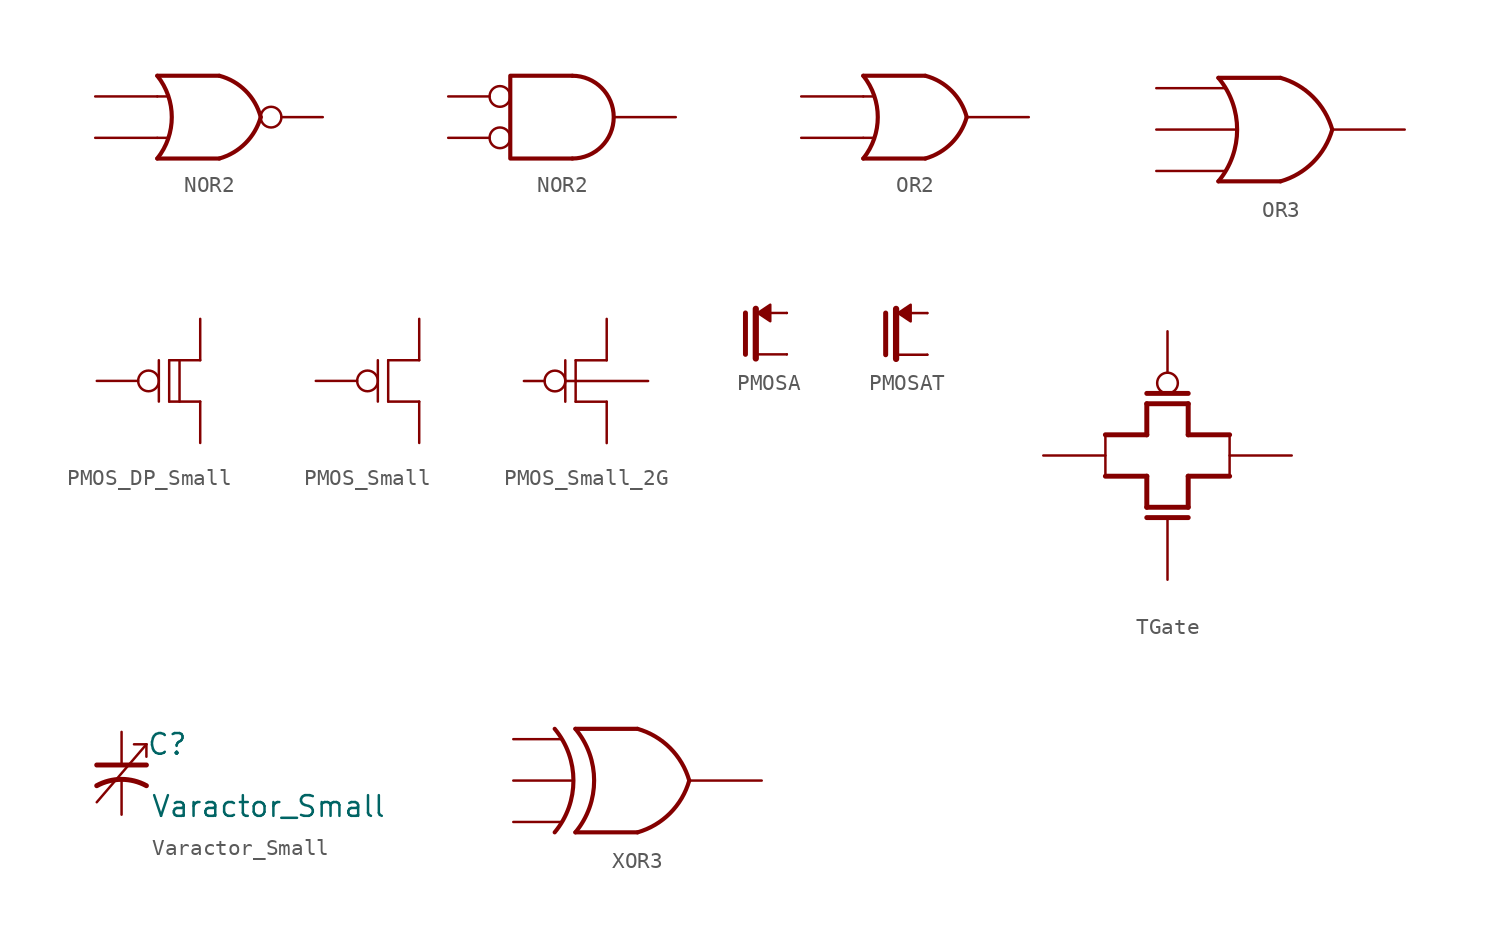
<source format=kicad_sym>
(kicad_symbol_lib
  (version 20211014)
  (generator kicad_symbol_editor)
  (symbol "NOR2"
    (pin_numbers hide)
    (pin_names
      (offset 1.016) hide)
    (property "Reference" "U"
      (at -2.54 3.81 0)
      (effects (font (size 1.27 1.27)) hide))
    (symbol "NOR2_0_1"
      (arc (start -3.81 -2.54) (mid -2.919 0) (end -3.81 2.54) (stroke (width 0.254) (type default) (color 0 0 0 0)) (fill (type none)))
      (arc (start 0 -2.54) (mid 1.5993 -1.6027) (end 2.54 0) (stroke (width 0.254) (type default) (color 0 0 0 0)) (fill (type none)))
      (polyline (pts (xy -3.81 -1.27) (xy -3.175 -1.27)) (stroke (width 0) (type default) (color 0 0 0 0)) (fill (type none)))
      (polyline (pts (xy -3.81 1.27) (xy -3.175 1.27)) (stroke (width 0) (type default) (color 0 0 0 0)) (fill (type none)))
      (polyline (pts (xy 0 -2.54) (xy -3.81 -2.54)) (stroke (width 0.254) (type default) (color 0 0 0 0)) (fill (type background)))
      (polyline (pts (xy 0 2.54) (xy -3.81 2.54)) (stroke (width 0.254) (type default) (color 0 0 0 0)) (fill (type background)))
      (arc (start 2.54 0) (mid 1.6119 1.6152) (end 0 2.54) (stroke (width 0.254) (type default) (color 0 0 0 0)) (fill (type none))))
    (symbol "NOR2_1_1"
      (pin input line (at -7.62 1.27 0) (length 3.81) (name "~" (effects (font (size 1.016 1.016)))) (number "1" (effects (font (size 1.016 1.016)))))
      (pin input line (at -7.62 -1.27 0) (length 3.81) (name "~" (effects (font (size 1.016 1.016)))) (number "2" (effects (font (size 1.016 1.016)))))
      (pin output inverted (at 6.35 0 180) (length 3.81) (name "~" (effects (font (size 1.016 1.016)))) (number "4" (effects (font (size 1.016 1.016))))))
    (symbol "NOR2_1_2"
      (arc (start 0 -2.54) (mid 2.54 0) (end 0 2.54) (stroke (width 0.254) (type default) (color 0 0 0 0)) (fill (type none)))
      (polyline (pts (xy 0 -2.54) (xy -3.81 -2.54) (xy -3.81 2.54) (xy 0 2.54)) (stroke (width 0.254) (type default) (color 0 0 0 0)) (fill (type none)))
      (pin input inverted (at -7.62 1.27 0) (length 3.81) (name "~" (effects (font (size 1.016 1.016)))) (number "1" (effects (font (size 1.016 1.016)))))
      (pin input inverted (at -7.62 -1.27 0) (length 3.81) (name "~" (effects (font (size 1.016 1.016)))) (number "2" (effects (font (size 1.016 1.016)))))
      (pin output line (at 6.35 0 180) (length 3.81) (name "~" (effects (font (size 1.016 1.016)))) (number "4" (effects (font (size 1.016 1.016)))))))
  (symbol "OR2"
    (pin_numbers hide)
    (pin_names
      (offset 1.016) hide)
    (property "Reference" "U"
      (at -2.54 3.81 0)
      (effects (font (size 1.27 1.27)) hide))
    (symbol "OR2_0_1"
      (arc (start -3.81 -2.54) (mid -2.919 0) (end -3.81 2.54) (stroke (width 0.254) (type default) (color 0 0 0 0)) (fill (type none)))
      (arc (start 0 -2.54) (mid 1.5993 -1.6027) (end 2.54 0) (stroke (width 0.254) (type default) (color 0 0 0 0)) (fill (type none)))
      (polyline (pts (xy -3.81 -1.27) (xy -3.175 -1.27)) (stroke (width 0) (type default) (color 0 0 0 0)) (fill (type none)))
      (polyline (pts (xy -3.81 1.27) (xy -3.175 1.27)) (stroke (width 0) (type default) (color 0 0 0 0)) (fill (type none)))
      (polyline (pts (xy 0 -2.54) (xy -3.81 -2.54)) (stroke (width 0.254) (type default) (color 0 0 0 0)) (fill (type background)))
      (polyline (pts (xy 0 2.54) (xy -3.81 2.54)) (stroke (width 0.254) (type default) (color 0 0 0 0)) (fill (type background)))
      (arc (start 2.54 0) (mid 1.6119 1.6152) (end 0 2.54) (stroke (width 0.254) (type default) (color 0 0 0 0)) (fill (type none))))
    (symbol "OR2_1_1"
      (pin input line (at -7.62 1.27 0) (length 3.81) (name "~" (effects (font (size 1.016 1.016)))) (number "1" (effects (font (size 1.016 1.016)))))
      (pin input line (at -7.62 -1.27 0) (length 3.81) (name "~" (effects (font (size 1.016 1.016)))) (number "2" (effects (font (size 1.016 1.016)))))
      (pin output line (at 6.35 0 180) (length 3.81) (name "~" (effects (font (size 1.016 1.016)))) (number "4" (effects (font (size 1.016 1.016)))))))
  (symbol "OR3"
    (pin_numbers hide)
    (pin_names
      (offset 1.016) hide)
    (property "Reference" "U"
      (at -2.54 5.08 0)
      (effects (font (size 1.27 1.27)) hide))
    (symbol "OR3_0_1"
      (arc (start -3.81 -3.175) (mid -2.6605 0) (end -3.81 3.175) (stroke (width 0.254) (type default) (color 0 0 0 0)) (fill (type none)))
      (arc (start 0 -3.175) (mid 1.9989 -1.9989) (end 3.175 0) (stroke (width 0.254) (type default) (color 0 0 0 0)) (fill (type none)))
      (polyline (pts (xy 0 -3.175) (xy -3.81 -3.175)) (stroke (width 0.254) (type default) (color 0 0 0 0)) (fill (type none)))
      (polyline (pts (xy 0 3.175) (xy -3.81 3.175)) (stroke (width 0.254) (type default) (color 0 0 0 0)) (fill (type none)))
      (arc (start 3.175 0) (mid 1.9989 1.9989) (end 0 3.175) (stroke (width 0.254) (type default) (color 0 0 0 0)) (fill (type none))))
    (symbol "OR3_1_1"
      (pin input line (at -7.62 0 0) (length 4.826) (name "~" (effects (font (size 1.016 1.016)))) (number "1" (effects (font (size 1.016 1.016)))))
      (pin input line (at -7.62 -2.54 0) (length 4.191) (name "~" (effects (font (size 1.016 1.016)))) (number "3" (effects (font (size 1.016 1.016)))))
      (pin output line (at 7.62 0 180) (length 4.445) (name "~" (effects (font (size 1.016 1.016)))) (number "4" (effects (font (size 1.016 1.016)))))
      (pin input line (at -7.62 2.54 0) (length 4.191) (name "~" (effects (font (size 1.016 1.016)))) (number "6" (effects (font (size 1.016 1.016)))))))
  (symbol "PMOS_DP_Small"
    (pin_numbers hide)
    (pin_names
      (offset 0) hide)
    (property "Reference" "M"
      (at -2.54 1.27 0)
      (effects (font (size 1.27 1.27)) (justify left) hide))
    (symbol "PMOS_DP_Small_0_1"
      (polyline (pts (xy 0 -1.27) (xy 0 1.27)) (stroke (width 0) (type default) (color 0 0 0 0)) (fill (type none)))
      (polyline (pts (xy 0.635 -1.27) (xy 2.54 -1.27)) (stroke (width 0) (type default) (color 0 0 0 0)) (fill (type none)))
      (polyline (pts (xy 1.27 1.27) (xy 1.27 -1.27)) (stroke (width 0) (type default) (color 0 0 0 0)) (fill (type none)))
      (polyline (pts (xy 2.54 1.27) (xy 0.635 1.27)) (stroke (width 0) (type default) (color 0 0 0 0)) (fill (type none))))
    (symbol "PMOS_DP_Small_1_1"
      (polyline (pts (xy 0.635 -1.27) (xy 0.635 1.27)) (stroke (width 0) (type default) (color 0 0 0 0)) (fill (type none)))
      (pin passive line (at 2.54 3.81 270) (length 2.54) (name "D" (effects (font (size 1.27 1.27)))) (number "1" (effects (font (size 1.27 1.27)))))
      (pin input inverted (at -3.81 0 0) (length 3.81) (name "G" (effects (font (size 1.27 1.27)))) (number "2" (effects (font (size 1.27 1.27)))))
      (pin passive line (at 2.54 -3.81 90) (length 2.54) (name "S" (effects (font (size 1.27 1.27)))) (number "3" (effects (font (size 1.27 1.27)))))))
  (symbol "PMOS_Small"
    (pin_numbers hide)
    (pin_names
      (offset 0) hide)
    (property "Reference" "M"
      (at -2.54 1.27 0)
      (effects (font (size 1.27 1.27)) (justify left) hide))
    (symbol "PMOS_Small_0_1"
      (polyline (pts (xy 0 -1.27) (xy 0 1.27)) (stroke (width 0) (type default) (color 0 0 0 0)) (fill (type none)))
      (polyline (pts (xy 0.635 -1.27) (xy 2.54 -1.27)) (stroke (width 0) (type default) (color 0 0 0 0)) (fill (type none)))
      (polyline (pts (xy 2.54 1.27) (xy 0.635 1.27)) (stroke (width 0) (type default) (color 0 0 0 0)) (fill (type none))))
    (symbol "PMOS_Small_1_1"
      (polyline (pts (xy 0.635 -1.27) (xy 0.635 1.27)) (stroke (width 0) (type default) (color 0 0 0 0)) (fill (type none)))
      (pin passive line (at 2.54 3.81 270) (length 2.54) (name "D" (effects (font (size 1.27 1.27)))) (number "1" (effects (font (size 1.27 1.27)))))
      (pin input inverted (at -3.81 0 0) (length 3.81) (name "G" (effects (font (size 1.27 1.27)))) (number "2" (effects (font (size 1.27 1.27)))))
      (pin passive line (at 2.54 -3.81 90) (length 2.54) (name "S" (effects (font (size 1.27 1.27)))) (number "3" (effects (font (size 1.27 1.27)))))))
  (symbol "PMOS_Small_2G"
    (pin_numbers hide)
    (pin_names
      (offset 0) hide)
    (property "Reference" "M"
      (at -1.27 1.27 0)
      (effects (font (size 1.27 1.27)) (justify left) hide))
    (symbol "PMOS_Small_2G_0_1"
      (polyline (pts (xy 0 -1.27) (xy 0 1.27)) (stroke (width 0) (type default) (color 0 0 0 0)) (fill (type none)))
      (polyline (pts (xy 0.635 -1.27) (xy 2.54 -1.27)) (stroke (width 0) (type default) (color 0 0 0 0)) (fill (type none)))
      (polyline (pts (xy 2.54 1.27) (xy 0.635 1.27)) (stroke (width 0) (type default) (color 0 0 0 0)) (fill (type none))))
    (symbol "PMOS_Small_2G_1_1"
      (polyline (pts (xy 0.635 -1.27) (xy 0.635 1.27)) (stroke (width 0) (type default) (color 0 0 0 0)) (fill (type none)))
      (pin passive line (at 2.54 3.81 270) (length 2.54) (name "D" (effects (font (size 1.27 1.27)))) (number "1" (effects (font (size 1.27 1.27)))))
      (pin input inverted (at -2.54 0 0) (length 2.54) (name "G" (effects (font (size 1.27 1.27)))) (number "2" (effects (font (size 1.27 1.27)))))
      (pin input line (at 5.08 0 180) (length 5.08) (name "G" (effects (font (size 1.27 1.27)))) (number "2" (effects (font (size 1.27 1.27)))))
      (pin passive line (at 2.54 -3.81 90) (length 2.54) (name "S" (effects (font (size 1.27 1.27)))) (number "3" (effects (font (size 1.27 1.27)))))))
  (symbol "PMOSA"
    (pin_numbers hide)
    (pin_names
      (offset 0) hide)
    (property "Reference" "M"
      (at -5.08 1.27 0)
      (effects (font (size 1.27 1.27)) (justify left) hide))
    (symbol "PMOSA_0_1"
      (polyline (pts (xy -2.54 -1.27) (xy -2.54 1.27)) (stroke (width 0.305) (type default) (color 0 0 0 0)) (fill (type none)))
      (polyline (pts (xy -1.905 -1.27) (xy 0 -1.27)) (stroke (width 0) (type default) (color 0 0 0 0)) (fill (type none)))
      (polyline (pts (xy 0 1.27) (xy -1.905 1.27)) (stroke (width 0) (type default) (color 0 0 0 0)) (fill (type none)))
      (polyline (pts (xy -1.778 1.27) (xy -1.016 1.778) (xy -1.016 0.762) (xy -1.778 1.27)) (stroke (width 0) (type default) (color 0 0 0 0)) (fill (type outline))))
    (symbol "PMOSA_1_1"
      (polyline (pts (xy -1.905 -1.524) (xy -1.905 1.524)) (stroke (width 0.381) (type default) (color 0 0 0 0)) (fill (type none)))
      (pin passive line (at 0 1.27 270) (length 0) (name "D" (effects (font (size 1.27 1.27)))) (number "1" (effects (font (size 1.27 1.27)))))
      (pin passive line (at 0 -1.27 90) (length 0) (name "S" (effects (font (size 1.27 1.27)))) (number "3" (effects (font (size 1.27 1.27)))))))
  (symbol "PMOSAT"
    (pin_numbers hide)
    (pin_names
      (offset 0) hide)
    (property "Reference" "M"
      (at -5.08 1.27 0)
      (effects (font (size 1.27 1.27)) (justify left) hide))
    (symbol "PMOSAT_0_1"
      (polyline (pts (xy -2.54 -1.27) (xy -2.54 1.27)) (stroke (width 0.305) (type default) (color 0 0 0 0)) (fill (type none)))
      (polyline (pts (xy -1.905 -1.27) (xy 0 -1.27)) (stroke (width 0) (type default) (color 0 0 0 0)) (fill (type none)))
      (polyline (pts (xy 0 1.27) (xy -1.905 1.27)) (stroke (width 0) (type default) (color 0 0 0 0)) (fill (type none)))
      (polyline (pts (xy -1.778 1.27) (xy -1.016 1.778) (xy -1.016 0.762) (xy -1.778 1.27)) (stroke (width 0) (type default) (color 0 0 0 0)) (fill (type outline))))
    (symbol "PMOSAT_1_1"
      (polyline (pts (xy -1.905 -1.524) (xy -1.905 1.524)) (stroke (width 0.381) (type default) (color 0 0 0 0)) (fill (type none)))
      (pin passive line (at 0 1.27 270) (length 0) (name "D" (effects (font (size 1.27 1.27)))) (number "1" (effects (font (size 1.27 1.27)))))
      (pin passive line (at -2.54 0 0) (length 0) (name "G" (effects (font (size 1.27 1.27)))) (number "2" (effects (font (size 1.27 1.27)))))
      (pin passive line (at 0 -1.27 90) (length 0) (name "S" (effects (font (size 1.27 1.27)))) (number "3" (effects (font (size 1.27 1.27)))))))
  (symbol "TGate"
    (pin_numbers hide)
    (pin_names
      (offset 0) hide)
    (property "Reference" "M"
      (at -2.54 -1.27 0)
      (effects (font (size 1.27 1.27)) (justify left) hide))
    (symbol "TGate_0_1"
      (polyline (pts (xy -1.27 -1.27) (xy -1.27 -3.175)) (stroke (width 0.305) (type default) (color 0 0 0 0)) (fill (type none)))
      (polyline (pts (xy -1.27 1.27) (xy -3.81 1.27)) (stroke (width 0.305) (type default) (color 0 0 0 0)) (fill (type none)))
      (polyline (pts (xy -1.27 3.175) (xy -1.27 1.27)) (stroke (width 0.305) (type default) (color 0 0 0 0)) (fill (type none)))
      (polyline (pts (xy -1.27 3.81) (xy 1.27 3.81)) (stroke (width 0.305) (type default) (color 0 0 0 0)) (fill (type none)))
      (polyline (pts (xy 1.27 -3.81) (xy -1.27 -3.81)) (stroke (width 0.305) (type default) (color 0 0 0 0)) (fill (type none)))
      (polyline (pts (xy 1.27 -3.175) (xy 1.27 -1.27)) (stroke (width 0.305) (type default) (color 0 0 0 0)) (fill (type none)))
      (polyline (pts (xy 1.27 1.27) (xy 1.27 3.175)) (stroke (width 0.305) (type default) (color 0 0 0 0)) (fill (type none)))
      (polyline (pts (xy 3.81 1.27) (xy 3.81 -1.27)) (stroke (width 0) (type default) (color 0 0 0 0)) (fill (type none)))
      (polyline (pts (xy -3.81 1.27) (xy -3.81 -1.27) (xy -3.81 1.27)) (stroke (width 0) (type default) (color 0 0 0 0)) (fill (type none))))
    (symbol "TGate_1_1"
      (polyline (pts (xy -1.27 -1.27) (xy -3.81 -1.27)) (stroke (width 0.305) (type default) (color 0 0 0 0)) (fill (type none)))
      (polyline (pts (xy -1.27 3.175) (xy 1.27 3.175)) (stroke (width 0.305) (type default) (color 0 0 0 0)) (fill (type none)))
      (polyline (pts (xy 1.27 -3.175) (xy -1.27 -3.175)) (stroke (width 0.305) (type default) (color 0 0 0 0)) (fill (type none)))
      (polyline (pts (xy 3.81 -1.27) (xy 1.27 -1.27)) (stroke (width 0.305) (type default) (color 0 0 0 0)) (fill (type none)))
      (polyline (pts (xy 3.81 1.27) (xy 1.27 1.27)) (stroke (width 0.305) (type default) (color 0 0 0 0)) (fill (type none)))
      (pin passive line (at 7.62 0 180) (length 3.81) (name "D" (effects (font (size 1.27 1.27)))) (number "1" (effects (font (size 1.27 1.27)))))
      (pin input line (at 0 -7.62 90) (length 3.81) (name "G" (effects (font (size 1.27 1.27)))) (number "2" (effects (font (size 1.27 1.27)))))
      (pin input inverted (at 0 7.62 270) (length 3.81) (name "G" (effects (font (size 1.27 1.27)))) (number "2" (effects (font (size 1.27 1.27)))))
      (pin passive line (at -7.62 0 0) (length 3.81) (name "S" (effects (font (size 1.27 1.27)))) (number "3" (effects (font (size 1.27 1.27)))))))
  (symbol "Varactor_Small"
    (pin_numbers hide)
    (pin_names
      (offset 0.254) hide)
    (property "Reference" "C"
      (at 1.524 1.778 0)
      (effects (font (size 1.27 1.27)) (justify left)))
    (property "Value" "Varactor_Small"
      (at 1.778 -2.032 0)
      (effects (font (size 1.27 1.27)) (justify left)))
    (symbol "Varactor_Small_0_1"
      (polyline (pts (xy -1.524 -1.778) (xy 1.524 1.778)) (stroke (width 0) (type default) (color 0 0 0 0)) (fill (type none)))
      (polyline (pts (xy -1.524 0.508) (xy 1.524 0.508)) (stroke (width 0.305) (type default) (color 0 0 0 0)) (fill (type none)))
      (polyline (pts (xy 1.524 1.778) (xy 0.762 1.778)) (stroke (width 0) (type default) (color 0 0 0 0)) (fill (type none)))
      (polyline (pts (xy 1.524 1.778) (xy 1.524 1.016)) (stroke (width 0) (type default) (color 0 0 0 0)) (fill (type none)))
      (arc (start 1.524 -0.762) (mid 0 -0.3734) (end -1.524 -0.762) (stroke (width 0.3048) (type default) (color 0 0 0 0)) (fill (type none))))
    (symbol "Varactor_Small_1_1"
      (pin passive line (at 0 2.54 270) (length 2.032) (name "~" (effects (font (size 1.27 1.27)))) (number "1" (effects (font (size 1.27 1.27)))))
      (pin passive line (at 0 -2.54 90) (length 2.032) (name "~" (effects (font (size 1.27 1.27)))) (number "2" (effects (font (size 1.27 1.27)))))))
  (symbol "XOR3"
    (pin_numbers hide)
    (pin_names
      (offset 1.016) hide)
    (property "Reference" "U"
      (at -2.54 5.08 0)
      (effects (font (size 1.27 1.27)) hide))
    (symbol "XOR3_0_1"
      (arc (start -3.81 -3.175) (mid -2.6605 0) (end -3.81 3.175) (stroke (width 0.254) (type default) (color 0 0 0 0)) (fill (type none)))
      (arc (start 0 -3.175) (mid 1.9989 -1.9989) (end 3.175 0) (stroke (width 0.254) (type default) (color 0 0 0 0)) (fill (type none)))
      (polyline (pts (xy 0 -3.175) (xy -3.81 -3.175)) (stroke (width 0.254) (type default) (color 0 0 0 0)) (fill (type none)))
      (polyline (pts (xy 0 3.175) (xy -3.81 3.175)) (stroke (width 0.254) (type default) (color 0 0 0 0)) (fill (type none)))
      (arc (start 3.175 0) (mid 1.9989 1.9989) (end 0 3.175) (stroke (width 0.254) (type default) (color 0 0 0 0)) (fill (type none))))
    (symbol "XOR3_1_1"
      (arc (start -5.08 -3.175) (mid -3.9305 0) (end -5.08 3.175) (stroke (width 0.254) (type default) (color 0 0 0 0)) (fill (type none)))
      (pin input line (at -7.62 0 0) (length 3.556) (name "~" (effects (font (size 1.016 1.016)))) (number "1" (effects (font (size 1.016 1.016)))))
      (pin input line (at -7.62 -2.54 0) (length 2.921) (name "~" (effects (font (size 1.016 1.016)))) (number "3" (effects (font (size 1.016 1.016)))))
      (pin output line (at 7.62 0 180) (length 4.445) (name "~" (effects (font (size 1.016 1.016)))) (number "4" (effects (font (size 1.016 1.016)))))
      (pin input line (at -7.62 2.54 0) (length 2.921) (name "~" (effects (font (size 1.016 1.016)))) (number "6" (effects (font (size 1.016 1.016))))))))
</source>
